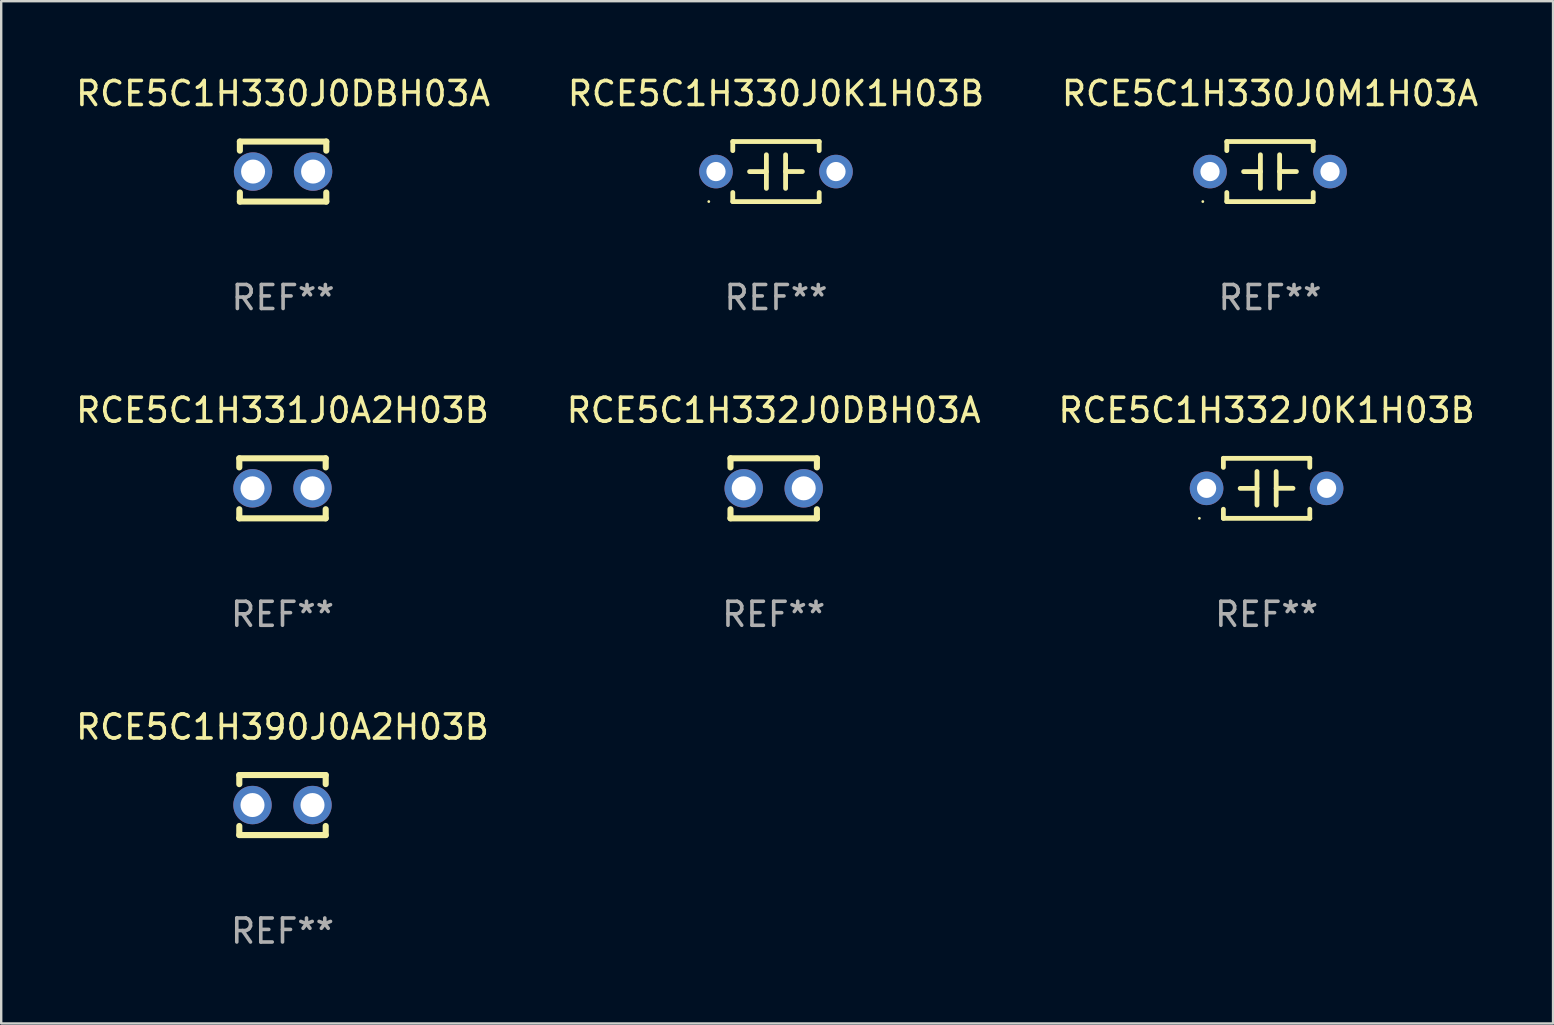
<source format=kicad_pcb>
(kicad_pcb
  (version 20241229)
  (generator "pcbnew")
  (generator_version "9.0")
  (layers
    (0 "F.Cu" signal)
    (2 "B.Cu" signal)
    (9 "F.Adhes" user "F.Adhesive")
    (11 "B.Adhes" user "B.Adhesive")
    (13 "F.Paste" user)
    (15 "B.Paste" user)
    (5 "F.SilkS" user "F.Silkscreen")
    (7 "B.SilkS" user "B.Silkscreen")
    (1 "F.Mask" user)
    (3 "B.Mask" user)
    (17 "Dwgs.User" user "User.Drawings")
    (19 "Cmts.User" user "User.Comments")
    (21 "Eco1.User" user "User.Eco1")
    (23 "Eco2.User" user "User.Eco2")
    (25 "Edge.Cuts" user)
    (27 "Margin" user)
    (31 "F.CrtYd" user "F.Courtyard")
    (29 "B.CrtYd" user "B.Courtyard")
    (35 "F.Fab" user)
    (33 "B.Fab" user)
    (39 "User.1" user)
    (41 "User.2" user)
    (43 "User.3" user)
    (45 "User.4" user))
  (footprint "RCE5C1H330J0DBH03A"
    (layer "F.Cu")
    (at 8.744 4.098)
    (property "Reference" "RCE5C1H330J0DBH03A" (at 0 -3.25 0) (layer "F.SilkS") (effects (font (size 1 1) (thickness 0.15))))
    (attr through_hole)
    (fp_line (start -1.8 -1.25) (end -1.8 -0.872) (stroke (width 0.254) (type solid)) (layer "F.SilkS"))
    (fp_line (start -1.8 -1.25) (end 1.8 -1.25) (stroke (width 0.254) (type solid)) (layer "F.SilkS"))
    (fp_line (start -1.8 0.872) (end -1.8 1.25) (stroke (width 0.254) (type solid)) (layer "F.SilkS"))
    (fp_line (start -1.8 1.25) (end 1.8 1.25) (stroke (width 0.254) (type solid)) (layer "F.SilkS"))
    (fp_line (start 1.8 -1.25) (end 1.8 -0.872) (stroke (width 0.254) (type solid)) (layer "F.SilkS"))
    (fp_line (start 1.8 0.872) (end 1.8 1.25) (stroke (width 0.254) (type solid)) (layer "F.SilkS"))
    (fp_circle (center -1.8 1.25) (end -1.77 1.25) (stroke (width 0.06) (type solid)) (fill no) (layer "F.SilkS"))
    (fp_text user "REF**" (at 0 5.25 0) (layer "F.Fab") (effects (font (size 1 1) (thickness 0.15))))
    (pad "1" thru_hole circle (at -1.25 0) (size 1.6 1.6) (drill 1) (layers "*.Cu" "*.Mask"))
    (pad "2" thru_hole circle (at 1.25 0) (size 1.6 1.6) (drill 1) (layers "*.Cu" "*.Mask")))
  (footprint "RCE5C1H332J0K1H03B"
    (layer "F.Cu")
    (at 49.72 17.295)
    (property "Reference" "RCE5C1H332J0K1H03B" (at 0 -3.25 0) (layer "F.SilkS") (effects (font (size 1 1) (thickness 0.15))))
    (attr through_hole)
    (fp_line (start -1.8 -1.25) (end -1.8 -0.872) (stroke (width 0.2) (type solid)) (layer "F.SilkS"))
    (fp_line (start -1.8 -1.25) (end 1.8 -1.25) (stroke (width 0.2) (type solid)) (layer "F.SilkS"))
    (fp_line (start -1.8 0.872) (end -1.8 1.25) (stroke (width 0.2) (type solid)) (layer "F.SilkS"))
    (fp_line (start -1.8 1.25) (end 1.8 1.25) (stroke (width 0.2) (type solid)) (layer "F.SilkS"))
    (fp_line (start -0.4 -0.7) (end -0.4 0.7) (stroke (width 0.2) (type solid)) (layer "F.SilkS"))
    (fp_line (start -0.4 0.002) (end -1.1 0.002) (stroke (width 0.2) (type solid)) (layer "F.SilkS"))
    (fp_line (start 0.4 -0.001) (end 1.1 -0.001) (stroke (width 0.2) (type solid)) (layer "F.SilkS"))
    (fp_line (start 0.4 0.7) (end 0.4 -0.7) (stroke (width 0.2) (type solid)) (layer "F.SilkS"))
    (fp_line (start 1.8 -1.25) (end 1.8 -0.872) (stroke (width 0.2) (type solid)) (layer "F.SilkS"))
    (fp_line (start 1.8 0.872) (end 1.8 1.25) (stroke (width 0.2) (type solid)) (layer "F.SilkS"))
    (fp_circle (center -2.8 1.25) (end -2.77 1.25) (stroke (width 0.06) (type solid)) (fill no) (layer "F.SilkS"))
    (fp_text user "REF**" (at 0 5.25 0) (layer "F.Fab") (effects (font (size 1 1) (thickness 0.15))))
    (pad "1" thru_hole circle (at -2.5 0) (size 1.4 1.4) (drill 0.8) (layers "*.Cu" "*.Mask"))
    (pad "2" thru_hole circle (at 2.5 0) (size 1.4 1.4) (drill 0.8) (layers "*.Cu" "*.Mask")))
  (footprint "RCE5C1H332J0DBH03A"
    (layer "F.Cu")
    (at 29.185 17.295)
    (property "Reference" "RCE5C1H332J0DBH03A" (at 0 -3.25 0) (layer "F.SilkS") (effects (font (size 1 1) (thickness 0.15))))
    (attr through_hole)
    (fp_line (start -1.8 -1.25) (end -1.8 -0.872) (stroke (width 0.254) (type solid)) (layer "F.SilkS"))
    (fp_line (start -1.8 -1.25) (end 1.8 -1.25) (stroke (width 0.254) (type solid)) (layer "F.SilkS"))
    (fp_line (start -1.8 0.872) (end -1.8 1.25) (stroke (width 0.254) (type solid)) (layer "F.SilkS"))
    (fp_line (start -1.8 1.25) (end 1.8 1.25) (stroke (width 0.254) (type solid)) (layer "F.SilkS"))
    (fp_line (start 1.8 -1.25) (end 1.8 -0.872) (stroke (width 0.254) (type solid)) (layer "F.SilkS"))
    (fp_line (start 1.8 0.872) (end 1.8 1.25) (stroke (width 0.254) (type solid)) (layer "F.SilkS"))
    (fp_circle (center -1.8 1.25) (end -1.77 1.25) (stroke (width 0.06) (type solid)) (fill no) (layer "F.SilkS"))
    (fp_text user "REF**" (at 0 5.25 0) (layer "F.Fab") (effects (font (size 1 1) (thickness 0.15))))
    (pad "1" thru_hole circle (at -1.25 0) (size 1.6 1.6) (drill 1) (layers "*.Cu" "*.Mask"))
    (pad "2" thru_hole circle (at 1.25 0) (size 1.6 1.6) (drill 1) (layers "*.Cu" "*.Mask")))
  (footprint "RCE5C1H330J0M1H03A"
    (layer "F.Cu")
    (at 49.863 4.098)
    (property "Reference" "RCE5C1H330J0M1H03A" (at 0 -3.25 0) (layer "F.SilkS") (effects (font (size 1 1) (thickness 0.15))))
    (attr through_hole)
    (fp_line (start -1.8 -1.25) (end -1.8 -0.872) (stroke (width 0.2) (type solid)) (layer "F.SilkS"))
    (fp_line (start -1.8 -1.25) (end 1.8 -1.25) (stroke (width 0.2) (type solid)) (layer "F.SilkS"))
    (fp_line (start -1.8 0.872) (end -1.8 1.25) (stroke (width 0.2) (type solid)) (layer "F.SilkS"))
    (fp_line (start -1.8 1.25) (end 1.8 1.25) (stroke (width 0.2) (type solid)) (layer "F.SilkS"))
    (fp_line (start -0.4 -0.7) (end -0.4 0.7) (stroke (width 0.2) (type solid)) (layer "F.SilkS"))
    (fp_line (start -0.4 0.002) (end -1.1 0.002) (stroke (width 0.2) (type solid)) (layer "F.SilkS"))
    (fp_line (start 0.4 -0.001) (end 1.1 -0.001) (stroke (width 0.2) (type solid)) (layer "F.SilkS"))
    (fp_line (start 0.4 0.7) (end 0.4 -0.7) (stroke (width 0.2) (type solid)) (layer "F.SilkS"))
    (fp_line (start 1.8 -1.25) (end 1.8 -0.872) (stroke (width 0.2) (type solid)) (layer "F.SilkS"))
    (fp_line (start 1.8 0.872) (end 1.8 1.25) (stroke (width 0.2) (type solid)) (layer "F.SilkS"))
    (fp_circle (center -2.8 1.25) (end -2.77 1.25) (stroke (width 0.06) (type solid)) (fill no) (layer "F.SilkS"))
    (fp_text user "REF**" (at 0 5.25 0) (layer "F.Fab") (effects (font (size 1 1) (thickness 0.15))))
    (pad "1" thru_hole circle (at -2.5 0) (size 1.4 1.4) (drill 0.8) (layers "*.Cu" "*.Mask"))
    (pad "2" thru_hole circle (at 2.5 0) (size 1.4 1.4) (drill 0.8) (layers "*.Cu" "*.Mask")))
  (footprint "RCE5C1H331J0A2H03B"
    (layer "F.Cu")
    (at 8.72 17.295)
    (property "Reference" "RCE5C1H331J0A2H03B" (at 0 -3.25 0) (layer "F.SilkS") (effects (font (size 1 1) (thickness 0.15))))
    (attr through_hole)
    (fp_line (start -1.8 -1.25) (end -1.8 -0.872) (stroke (width 0.254) (type solid)) (layer "F.SilkS"))
    (fp_line (start -1.8 -1.25) (end 1.8 -1.25) (stroke (width 0.254) (type solid)) (layer "F.SilkS"))
    (fp_line (start -1.8 0.872) (end -1.8 1.25) (stroke (width 0.254) (type solid)) (layer "F.SilkS"))
    (fp_line (start -1.8 1.25) (end 1.8 1.25) (stroke (width 0.254) (type solid)) (layer "F.SilkS"))
    (fp_line (start 1.8 -1.25) (end 1.8 -0.872) (stroke (width 0.254) (type solid)) (layer "F.SilkS"))
    (fp_line (start 1.8 0.872) (end 1.8 1.25) (stroke (width 0.254) (type solid)) (layer "F.SilkS"))
    (fp_circle (center -1.8 1.25) (end -1.77 1.25) (stroke (width 0.06) (type solid)) (fill no) (layer "F.SilkS"))
    (fp_text user "REF**" (at 0 5.25 0) (layer "F.Fab") (effects (font (size 1 1) (thickness 0.15))))
    (pad "1" thru_hole circle (at -1.25 0) (size 1.6 1.6) (drill 1) (layers "*.Cu" "*.Mask"))
    (pad "2" thru_hole circle (at 1.25 0) (size 1.6 1.6) (drill 1) (layers "*.Cu" "*.Mask")))
  (footprint "RCE5C1H330J0K1H03B"
    (layer "F.Cu")
    (at 29.28 4.098)
    (property "Reference" "RCE5C1H330J0K1H03B" (at 0 -3.25 0) (layer "F.SilkS") (effects (font (size 1 1) (thickness 0.15))))
    (attr through_hole)
    (fp_line (start -1.8 -1.25) (end -1.8 -0.872) (stroke (width 0.2) (type solid)) (layer "F.SilkS"))
    (fp_line (start -1.8 -1.25) (end 1.8 -1.25) (stroke (width 0.2) (type solid)) (layer "F.SilkS"))
    (fp_line (start -1.8 0.872) (end -1.8 1.25) (stroke (width 0.2) (type solid)) (layer "F.SilkS"))
    (fp_line (start -1.8 1.25) (end 1.8 1.25) (stroke (width 0.2) (type solid)) (layer "F.SilkS"))
    (fp_line (start -0.4 -0.7) (end -0.4 0.7) (stroke (width 0.2) (type solid)) (layer "F.SilkS"))
    (fp_line (start -0.4 0.002) (end -1.1 0.002) (stroke (width 0.2) (type solid)) (layer "F.SilkS"))
    (fp_line (start 0.4 -0.001) (end 1.1 -0.001) (stroke (width 0.2) (type solid)) (layer "F.SilkS"))
    (fp_line (start 0.4 0.7) (end 0.4 -0.7) (stroke (width 0.2) (type solid)) (layer "F.SilkS"))
    (fp_line (start 1.8 -1.25) (end 1.8 -0.872) (stroke (width 0.2) (type solid)) (layer "F.SilkS"))
    (fp_line (start 1.8 0.872) (end 1.8 1.25) (stroke (width 0.2) (type solid)) (layer "F.SilkS"))
    (fp_circle (center -2.8 1.25) (end -2.77 1.25) (stroke (width 0.06) (type solid)) (fill no) (layer "F.SilkS"))
    (fp_text user "REF**" (at 0 5.25 0) (layer "F.Fab") (effects (font (size 1 1) (thickness 0.15))))
    (pad "1" thru_hole circle (at -2.5 0) (size 1.4 1.4) (drill 0.8) (layers "*.Cu" "*.Mask"))
    (pad "2" thru_hole circle (at 2.5 0) (size 1.4 1.4) (drill 0.8) (layers "*.Cu" "*.Mask")))
  (footprint "RCE5C1H390J0A2H03B"
    (layer "F.Cu")
    (at 8.72 30.491)
    (property "Reference" "RCE5C1H390J0A2H03B" (at 0 -3.25 0) (layer "F.SilkS") (effects (font (size 1 1) (thickness 0.15))))
    (attr through_hole)
    (fp_line (start -1.8 -1.25) (end -1.8 -0.872) (stroke (width 0.254) (type solid)) (layer "F.SilkS"))
    (fp_line (start -1.8 -1.25) (end 1.8 -1.25) (stroke (width 0.254) (type solid)) (layer "F.SilkS"))
    (fp_line (start -1.8 0.872) (end -1.8 1.25) (stroke (width 0.254) (type solid)) (layer "F.SilkS"))
    (fp_line (start -1.8 1.25) (end 1.8 1.25) (stroke (width 0.254) (type solid)) (layer "F.SilkS"))
    (fp_line (start 1.8 -1.25) (end 1.8 -0.872) (stroke (width 0.254) (type solid)) (layer "F.SilkS"))
    (fp_line (start 1.8 0.872) (end 1.8 1.25) (stroke (width 0.254) (type solid)) (layer "F.SilkS"))
    (fp_circle (center -1.8 1.25) (end -1.77 1.25) (stroke (width 0.06) (type solid)) (fill no) (layer "F.SilkS"))
    (fp_text user "REF**" (at 0 5.25 0) (layer "F.Fab") (effects (font (size 1 1) (thickness 0.15))))
    (pad "1" thru_hole circle (at -1.25 0) (size 1.6 1.6) (drill 1) (layers "*.Cu" "*.Mask"))
    (pad "2" thru_hole circle (at 1.25 0) (size 1.6 1.6) (drill 1) (layers "*.Cu" "*.Mask")))
  (gr_rect
    (start -3 -3)
    (end 61.655 39.59)
    (stroke (width 0.1) (type default))
    (fill no)
    (layer "Edge.Cuts")))
</source>
